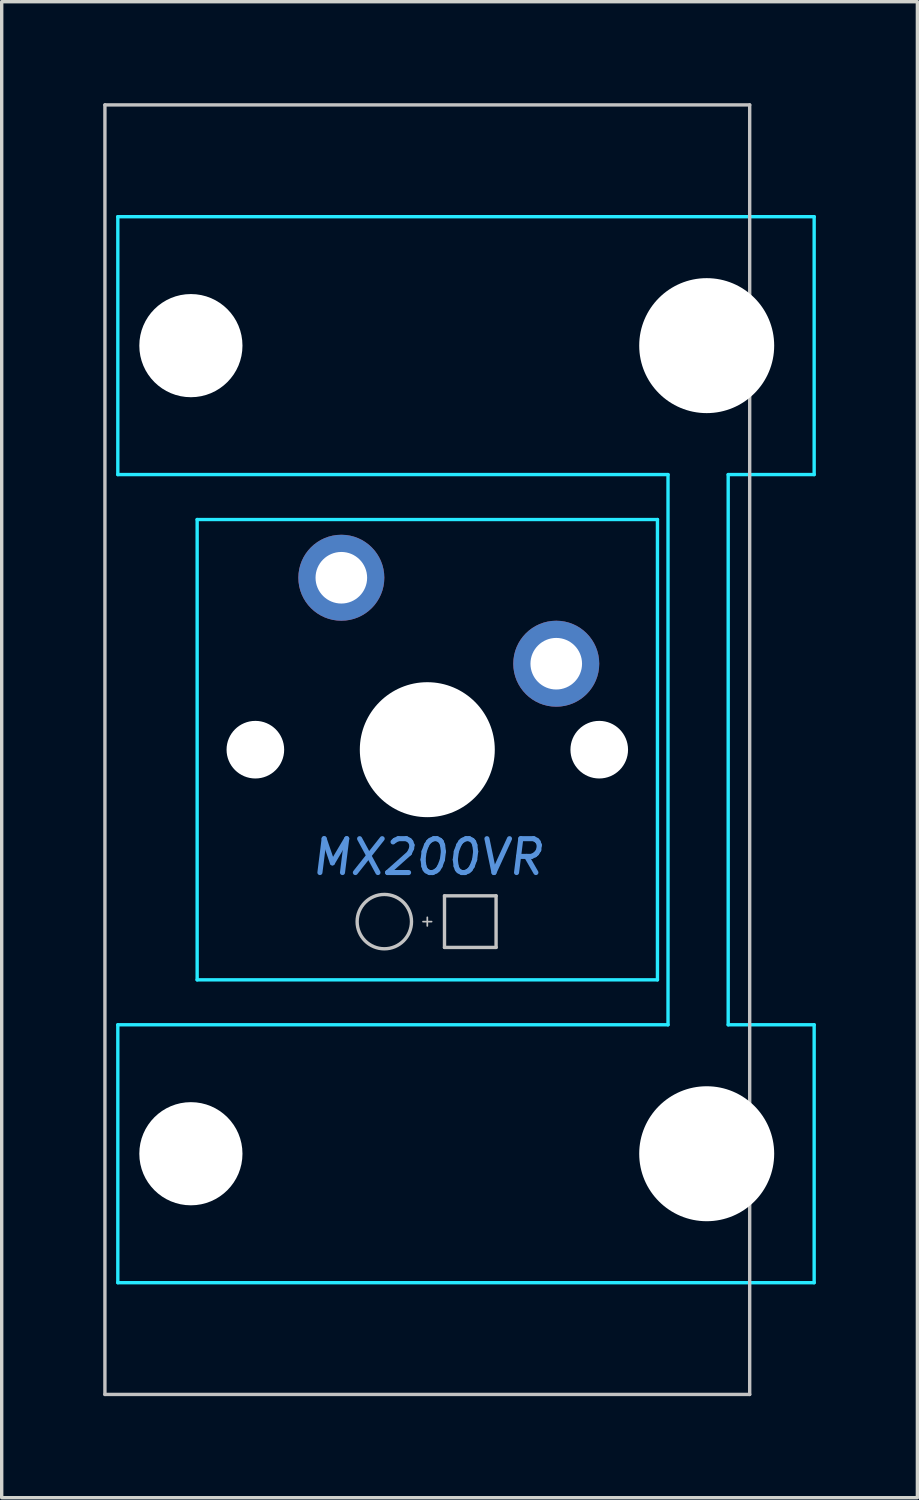
<source format=kicad_pcb>
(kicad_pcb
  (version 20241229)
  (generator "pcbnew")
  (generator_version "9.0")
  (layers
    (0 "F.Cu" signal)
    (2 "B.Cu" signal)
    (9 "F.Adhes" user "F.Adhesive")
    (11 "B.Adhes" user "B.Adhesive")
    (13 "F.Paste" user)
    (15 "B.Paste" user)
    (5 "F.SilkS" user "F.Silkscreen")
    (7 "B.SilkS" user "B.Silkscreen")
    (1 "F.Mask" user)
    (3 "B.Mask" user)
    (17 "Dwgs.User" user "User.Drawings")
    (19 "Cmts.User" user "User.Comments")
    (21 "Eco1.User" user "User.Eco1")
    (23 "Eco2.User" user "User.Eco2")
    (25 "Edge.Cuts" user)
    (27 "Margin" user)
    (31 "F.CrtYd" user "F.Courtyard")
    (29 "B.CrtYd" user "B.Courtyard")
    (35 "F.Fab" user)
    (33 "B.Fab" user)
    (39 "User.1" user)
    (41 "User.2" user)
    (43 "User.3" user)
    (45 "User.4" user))
  (footprint "MX200VR"
    (layer "F.Cu")
    (at 9.575 19.1)
    (property "Reference" "MX200VR" (at 0 3.175 0) (layer "Cmts.User") (effects (font (size 1 1) (thickness 0.15) (italic yes))))
    (attr through_hole)
    (fp_line (start -9.525 -19.05) (end -9.525 19.05) (stroke (width 0.1) (type solid)) (layer "Dwgs.User"))
    (fp_line (start -0.127 5.08) (end 0.127 5.08) (stroke (width 0.05) (type solid)) (layer "Dwgs.User"))
    (fp_line (start 0 5.207) (end 0 4.953) (stroke (width 0.05) (type solid)) (layer "Dwgs.User"))
    (fp_line (start 0.508 4.318) (end 0.508 5.842) (stroke (width 0.1) (type solid)) (layer "Dwgs.User"))
    (fp_line (start 0.508 4.318) (end 2.032 4.318) (stroke (width 0.1) (type solid)) (layer "Dwgs.User"))
    (fp_line (start 0.508 5.842) (end 2.032 5.842) (stroke (width 0.1) (type solid)) (layer "Dwgs.User"))
    (fp_line (start 2.032 5.842) (end 2.032 4.318) (stroke (width 0.1) (type solid)) (layer "Dwgs.User"))
    (fp_line (start 9.525 -19.05) (end -9.525 -19.05) (stroke (width 0.1) (type solid)) (layer "Dwgs.User"))
    (fp_line (start 9.525 -19.05) (end 9.525 19.05) (stroke (width 0.1) (type solid)) (layer "Dwgs.User"))
    (fp_line (start 9.525 19.05) (end -9.525 19.05) (stroke (width 0.1) (type solid)) (layer "Dwgs.User"))
    (fp_circle (center -1.27 5.08) (end -0.467 5.08) (stroke (width 0.1) (type solid)) (fill no) (layer "Dwgs.User"))
    (fp_line (start -6.985 6.604) (end -6.985 -6.604) (stroke (width 0.1) (type solid)) (layer "Eco1.User"))
    (fp_line (start -5.69 -15.773) (end -5.69 -9.881) (stroke (width 0.1) (type solid)) (layer "Eco1.User"))
    (fp_line (start -5.69 15.773) (end -5.69 9.881) (stroke (width 0.1) (type solid)) (layer "Eco1.User"))
    (fp_line (start -5.309 -9.5) (end -5.258 -9.5) (stroke (width 0.1) (type solid)) (layer "Eco1.User"))
    (fp_line (start -5.309 9.5) (end -5.258 9.5) (stroke (width 0.1) (type solid)) (layer "Eco1.User"))
    (fp_line (start -5.258 -6.985) (end -6.604 -6.985) (stroke (width 0.1) (type solid)) (layer "Eco1.User"))
    (fp_line (start -5.258 6.985) (end -6.604 6.985) (stroke (width 0.1) (type solid)) (layer "Eco1.User"))
    (fp_line (start -4.877 -9.119) (end -4.877 -7.366) (stroke (width 0.1) (type solid)) (layer "Eco1.User"))
    (fp_line (start -4.877 9.119) (end -4.877 7.366) (stroke (width 0.1) (type solid)) (layer "Eco1.User"))
    (fp_line (start -3.683 -16.154) (end -5.309 -16.154) (stroke (width 0.1) (type solid)) (layer "Eco1.User"))
    (fp_line (start -3.683 16.154) (end -5.309 16.154) (stroke (width 0.1) (type solid)) (layer "Eco1.User"))
    (fp_line (start -3.302 -16.789) (end -3.302 -16.535) (stroke (width 0.1) (type solid)) (layer "Eco1.User"))
    (fp_line (start -3.302 16.789) (end -3.302 16.535) (stroke (width 0.1) (type solid)) (layer "Eco1.User"))
    (fp_line (start -2.159 0) (end 2.159 0) (stroke (width 0.1) (type solid)) (layer "Eco1.User"))
    (fp_line (start -0.889 -17.17) (end -2.921 -17.17) (stroke (width 0.1) (type solid)) (layer "Eco1.User"))
    (fp_line (start -0.889 17.17) (end -2.921 17.17) (stroke (width 0.1) (type solid)) (layer "Eco1.User"))
    (fp_line (start -0.508 -16.535) (end -0.508 -16.789) (stroke (width 0.1) (type solid)) (layer "Eco1.User"))
    (fp_line (start -0.508 16.535) (end -0.508 16.789) (stroke (width 0.1) (type solid)) (layer "Eco1.User"))
    (fp_line (start 0 -2.159) (end 0 2.159) (stroke (width 0.1) (type solid)) (layer "Eco1.User"))
    (fp_line (start 5.817 -7.366) (end 5.817 -9.119) (stroke (width 0.1) (type solid)) (layer "Eco1.User"))
    (fp_line (start 5.817 7.366) (end 5.817 9.119) (stroke (width 0.1) (type solid)) (layer "Eco1.User"))
    (fp_line (start 6.198 -9.5) (end 6.223 -9.5) (stroke (width 0.1) (type solid)) (layer "Eco1.User"))
    (fp_line (start 6.198 9.5) (end 6.223 9.5) (stroke (width 0.1) (type solid)) (layer "Eco1.User"))
    (fp_line (start 6.223 -16.154) (end -0.127 -16.154) (stroke (width 0.1) (type solid)) (layer "Eco1.User"))
    (fp_line (start 6.223 16.154) (end -0.127 16.154) (stroke (width 0.1) (type solid)) (layer "Eco1.User"))
    (fp_line (start 6.604 -6.985) (end 6.197 -6.985) (stroke (width 0.1) (type solid)) (layer "Eco1.User"))
    (fp_line (start 6.604 6.985) (end 6.197 6.985) (stroke (width 0.1) (type solid)) (layer "Eco1.User"))
    (fp_line (start 6.604 -14.732) (end 6.604 -15.773) (stroke (width 0.1) (type solid)) (layer "Eco1.User"))
    (fp_line (start 6.604 -9.881) (end 6.604 -10.922) (stroke (width 0.1) (type solid)) (layer "Eco1.User"))
    (fp_line (start 6.604 9.881) (end 6.604 10.922) (stroke (width 0.1) (type solid)) (layer "Eco1.User"))
    (fp_line (start 6.604 14.732) (end 6.604 15.773) (stroke (width 0.1) (type solid)) (layer "Eco1.User"))
    (fp_line (start 6.985 -6.604) (end 6.985 6.604) (stroke (width 0.1) (type solid)) (layer "Eco1.User"))
    (fp_line (start 6.985 -11.303) (end 7.391 -11.303) (stroke (width 0.1) (type solid)) (layer "Eco1.User"))
    (fp_line (start 6.985 11.303) (end 7.391 11.303) (stroke (width 0.1) (type solid)) (layer "Eco1.User"))
    (fp_line (start 7.391 -14.351) (end 6.985 -14.351) (stroke (width 0.1) (type solid)) (layer "Eco1.User"))
    (fp_line (start 7.391 14.351) (end 6.985 14.351) (stroke (width 0.1) (type solid)) (layer "Eco1.User"))
    (fp_line (start 7.772 -11.684) (end 7.772 -13.97) (stroke (width 0.1) (type solid)) (layer "Eco1.User"))
    (fp_line (start 7.772 11.684) (end 7.772 13.97) (stroke (width 0.1) (type solid)) (layer "Eco1.User"))
    (fp_arc (start -6.985 -6.604) (mid -6.873408 -6.873408) (end -6.604 -6.985) (stroke (width 0.1) (type solid)) (layer "Eco1.User"))
    (fp_arc (start -6.604 6.985) (mid -6.873408 6.873408) (end -6.985 6.604) (stroke (width 0.1) (type solid)) (layer "Eco1.User"))
    (fp_arc (start -5.6896 -15.7734) (mid -5.578008 -16.042808) (end -5.3086 -16.1544) (stroke (width 0.1) (type solid)) (layer "Eco1.User"))
    (fp_arc (start -5.6896 9.8806) (mid -5.578008 9.611192) (end -5.3086 9.4996) (stroke (width 0.1) (type solid)) (layer "Eco1.User"))
    (fp_arc (start -5.3086 -9.4996) (mid -5.578008 -9.611192) (end -5.6896 -9.8806) (stroke (width 0.1) (type solid)) (layer "Eco1.User"))
    (fp_arc (start -5.3086 16.1544) (mid -5.578008 16.042808) (end -5.6896 15.7734) (stroke (width 0.1) (type solid)) (layer "Eco1.User"))
    (fp_arc (start -5.2578 -9.4996) (mid -4.988392 -9.388008) (end -4.8768 -9.1186) (stroke (width 0.1) (type solid)) (layer "Eco1.User"))
    (fp_arc (start -5.2578 6.985) (mid -4.988392 7.096592) (end -4.8768 7.366) (stroke (width 0.1) (type solid)) (layer "Eco1.User"))
    (fp_arc (start -4.8768 -7.366) (mid -4.988392 -7.096592) (end -5.2578 -6.985) (stroke (width 0.1) (type solid)) (layer "Eco1.User"))
    (fp_arc (start -4.8768 9.1186) (mid -4.988392 9.388008) (end -5.2578 9.4996) (stroke (width 0.1) (type solid)) (layer "Eco1.User"))
    (fp_arc (start -3.683 16.1544) (mid -3.413592 16.265992) (end -3.302 16.5354) (stroke (width 0.1) (type solid)) (layer "Eco1.User"))
    (fp_arc (start -3.302 -16.7894) (mid -3.190408 -17.058808) (end -2.921 -17.1704) (stroke (width 0.1) (type solid)) (layer "Eco1.User"))
    (fp_arc (start -3.302 -16.5354) (mid -3.413592 -16.265992) (end -3.683 -16.1544) (stroke (width 0.1) (type solid)) (layer "Eco1.User"))
    (fp_arc (start -2.921 17.1704) (mid -3.190408 17.058808) (end -3.302 16.7894) (stroke (width 0.1) (type solid)) (layer "Eco1.User"))
    (fp_arc (start -0.889 -17.1704) (mid -0.619592 -17.058808) (end -0.508 -16.7894) (stroke (width 0.1) (type solid)) (layer "Eco1.User"))
    (fp_arc (start -0.508 16.5354) (mid -0.396408 16.265992) (end -0.127 16.1544) (stroke (width 0.1) (type solid)) (layer "Eco1.User"))
    (fp_arc (start -0.508 16.7894) (mid -0.619592 17.058808) (end -0.889 17.1704) (stroke (width 0.1) (type solid)) (layer "Eco1.User"))
    (fp_arc (start -0.127 -16.1544) (mid -0.396408 -16.265992) (end -0.508 -16.5354) (stroke (width 0.1) (type solid)) (layer "Eco1.User"))
    (fp_arc (start 5.8166 -9.1186) (mid 5.928192 -9.388008) (end 6.1976 -9.4996) (stroke (width 0.1) (type solid)) (layer "Eco1.User"))
    (fp_arc (start 5.8166 7.366) (mid 5.928192 7.096592) (end 6.1976 6.985) (stroke (width 0.1) (type solid)) (layer "Eco1.User"))
    (fp_arc (start 6.1976 -6.985) (mid 5.928192 -7.096592) (end 5.8166 -7.366) (stroke (width 0.1) (type solid)) (layer "Eco1.User"))
    (fp_arc (start 6.1976 9.4996) (mid 5.928192 9.388008) (end 5.8166 9.1186) (stroke (width 0.1) (type solid)) (layer "Eco1.User"))
    (fp_arc (start 6.223 -16.1544) (mid 6.492408 -16.042808) (end 6.604 -15.7734) (stroke (width 0.1) (type solid)) (layer "Eco1.User"))
    (fp_arc (start 6.223 9.4996) (mid 6.492408 9.611192) (end 6.604 9.8806) (stroke (width 0.1) (type solid)) (layer "Eco1.User"))
    (fp_arc (start 6.604 -10.922) (mid 6.715592 -11.191408) (end 6.985 -11.303) (stroke (width 0.1) (type solid)) (layer "Eco1.User"))
    (fp_arc (start 6.604 -9.8806) (mid 6.492408 -9.611192) (end 6.223 -9.4996) (stroke (width 0.1) (type solid)) (layer "Eco1.User"))
    (fp_arc (start 6.604 -6.985) (mid 6.873408 -6.873408) (end 6.985 -6.604) (stroke (width 0.1) (type solid)) (layer "Eco1.User"))
    (fp_arc (start 6.604 14.732) (mid 6.715592 14.462592) (end 6.985 14.351) (stroke (width 0.1) (type solid)) (layer "Eco1.User"))
    (fp_arc (start 6.604 15.7734) (mid 6.492408 16.042808) (end 6.223 16.1544) (stroke (width 0.1) (type solid)) (layer "Eco1.User"))
    (fp_arc (start 6.985 -14.351) (mid 6.715592 -14.462592) (end 6.604 -14.732) (stroke (width 0.1) (type solid)) (layer "Eco1.User"))
    (fp_arc (start 6.985 6.604) (mid 6.873408 6.873408) (end 6.604 6.985) (stroke (width 0.1) (type solid)) (layer "Eco1.User"))
    (fp_arc (start 6.985 11.303) (mid 6.715592 11.191408) (end 6.604 10.922) (stroke (width 0.1) (type solid)) (layer "Eco1.User"))
    (fp_arc (start 7.3914 -14.351) (mid 7.660808 -14.239408) (end 7.7724 -13.97) (stroke (width 0.1) (type solid)) (layer "Eco1.User"))
    (fp_arc (start 7.3914 11.303) (mid 7.660808 11.414592) (end 7.7724 11.684) (stroke (width 0.1) (type solid)) (layer "Eco1.User"))
    (fp_arc (start 7.7724 -11.684) (mid 7.660808 -11.414592) (end 7.3914 -11.303) (stroke (width 0.1) (type solid)) (layer "Eco1.User"))
    (fp_arc (start 7.7724 13.97) (mid 7.660808 14.239408) (end 7.3914 14.351) (stroke (width 0.1) (type solid)) (layer "Eco1.User"))
    (fp_circle (center 0 0) (end 0 -1.994) (stroke (width 0.1) (type solid)) (fill no) (layer "Eco1.User"))
    (fp_line (start -9.144 -15.748) (end 11.43 -15.748) (stroke (width 0.1) (type solid)) (layer "B.CrtYd"))
    (fp_line (start -9.144 -8.128) (end -9.144 -15.748) (stroke (width 0.1) (type solid)) (layer "B.CrtYd"))
    (fp_line (start -9.144 -8.128) (end 7.112 -8.128) (stroke (width 0.1) (type solid)) (layer "B.CrtYd"))
    (fp_line (start -9.144 8.128) (end 7.112 8.128) (stroke (width 0.1) (type solid)) (layer "B.CrtYd"))
    (fp_line (start -9.144 15.748) (end -9.144 8.128) (stroke (width 0.1) (type solid)) (layer "B.CrtYd"))
    (fp_line (start -6.8 6.8) (end -6.8 -6.8) (stroke (width 0.1) (type solid)) (layer "B.CrtYd"))
    (fp_line (start 6.8 -6.8) (end -6.8 -6.8) (stroke (width 0.1) (type solid)) (layer "B.CrtYd"))
    (fp_line (start 6.8 6.8) (end -6.8 6.8) (stroke (width 0.1) (type solid)) (layer "B.CrtYd"))
    (fp_line (start 6.8 6.8) (end 6.8 -6.8) (stroke (width 0.1) (type solid)) (layer "B.CrtYd"))
    (fp_line (start 7.112 8.128) (end 7.112 -8.128) (stroke (width 0.1) (type solid)) (layer "B.CrtYd"))
    (fp_line (start 8.89 8.128) (end 8.89 -8.128) (stroke (width 0.1) (type solid)) (layer "B.CrtYd"))
    (fp_line (start 11.43 -15.748) (end 11.43 -8.128) (stroke (width 0.1) (type solid)) (layer "B.CrtYd"))
    (fp_line (start 11.43 -8.128) (end 8.89 -8.128) (stroke (width 0.1) (type solid)) (layer "B.CrtYd"))
    (fp_line (start 11.43 8.128) (end 8.89 8.128) (stroke (width 0.1) (type solid)) (layer "B.CrtYd"))
    (fp_line (start 11.43 8.128) (end 11.43 15.748) (stroke (width 0.1) (type solid)) (layer "B.CrtYd"))
    (fp_line (start 11.43 15.748) (end -9.144 15.748) (stroke (width 0.1) (type solid)) (layer "B.CrtYd"))
    (pad "" np_thru_hole circle (at -6.985 -11.938 90) (size 3.048 3.048) (drill 3.048) (layers "*.Cu" "*.Mask"))
    (pad "" np_thru_hole circle (at -6.985 11.938 90) (size 3.048 3.048) (drill 3.048) (layers "*.Cu" "*.Mask"))
    (pad "" np_thru_hole circle (at -5.08 0) (size 1.702 1.702) (drill 1.702) (layers "*.Cu" "*.Mask"))
    (pad "" np_thru_hole circle (at 0 0) (size 3.988 3.988) (drill 3.988) (layers "*.Cu" "*.Mask"))
    (pad "" np_thru_hole circle (at 5.08 0) (size 1.702 1.702) (drill 1.702) (layers "*.Cu" "*.Mask"))
    (pad "" np_thru_hole circle (at 8.255 -11.938 90) (size 3.988 3.988) (drill 3.988) (layers "*.Cu" "*.Mask"))
    (pad "" np_thru_hole circle (at 8.255 11.938 90) (size 3.988 3.988) (drill 3.988) (layers "*.Cu" "*.Mask"))
    (pad "1" thru_hole circle (at -2.54 -5.08) (size 2.54 2.54) (drill 1.524) (layers "*.Cu" "*.Mask"))
    (pad "2" thru_hole circle (at 3.81 -2.54) (size 2.54 2.54) (drill 1.524) (layers "*.Cu" "*.Mask")))
  (gr_rect
    (start -3 -3)
    (end 24.055 41.2)
    (stroke (width 0.1) (type default))
    (fill no)
    (layer "Edge.Cuts")))
</source>
